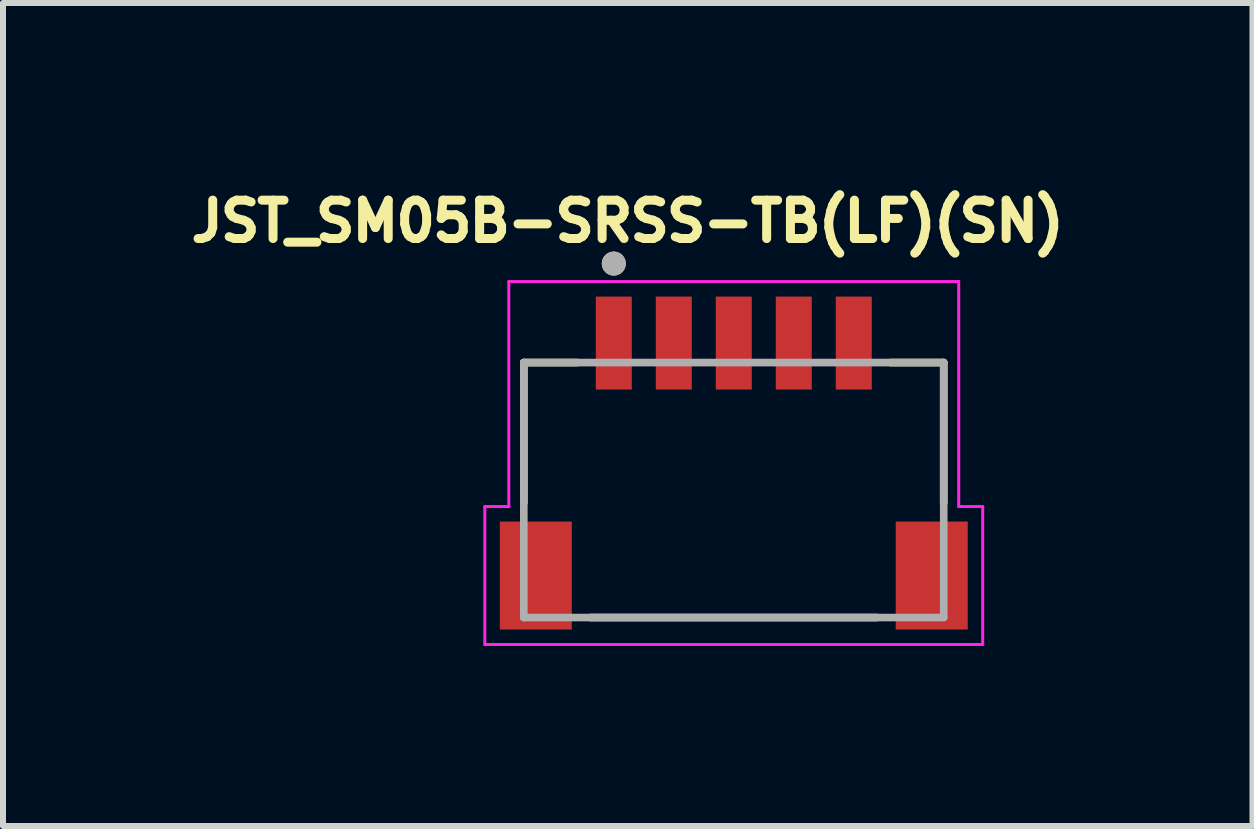
<source format=kicad_pcb>
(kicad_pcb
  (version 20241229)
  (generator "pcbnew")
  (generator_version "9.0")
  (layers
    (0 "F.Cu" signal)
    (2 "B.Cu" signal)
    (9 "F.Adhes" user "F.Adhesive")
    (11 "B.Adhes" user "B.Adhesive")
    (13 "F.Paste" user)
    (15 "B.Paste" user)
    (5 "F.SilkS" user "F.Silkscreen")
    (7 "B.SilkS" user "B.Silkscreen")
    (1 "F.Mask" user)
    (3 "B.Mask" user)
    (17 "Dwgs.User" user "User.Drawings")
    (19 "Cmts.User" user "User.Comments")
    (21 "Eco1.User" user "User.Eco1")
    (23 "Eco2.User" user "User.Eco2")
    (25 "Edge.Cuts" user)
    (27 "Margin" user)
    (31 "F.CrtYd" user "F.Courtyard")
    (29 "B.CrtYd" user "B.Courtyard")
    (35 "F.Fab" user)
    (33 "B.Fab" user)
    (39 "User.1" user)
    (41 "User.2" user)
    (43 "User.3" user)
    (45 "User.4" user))
  (footprint "JST_SM05B-SRSS-TB(LF)(SN)"
    (layer "F.Cu")
    (at 9.182 6.544)
    (property "Reference" "JST_SM05B-SRSS-TB(LF)(SN)" (at -1.768 -5.906 0) (layer "F.SilkS") (effects (font (size 0.64 0.64) (thickness 0.15))))
    (attr through_hole)
    (fp_line (start -3.5 -3.55) (end -3.5 -1.21) (stroke (width 0.127) (type solid)) (layer "F.SilkS"))
    (fp_line (start -2.61 -3.55) (end -3.5 -3.55) (stroke (width 0.127) (type solid)) (layer "F.SilkS"))
    (fp_line (start -2.39 0.7) (end 2.39 0.7) (stroke (width 0.127) (type solid)) (layer "F.SilkS"))
    (fp_line (start 2.61 -3.55) (end 3.5 -3.55) (stroke (width 0.127) (type solid)) (layer "F.SilkS"))
    (fp_line (start 3.5 -3.55) (end 3.5 -1.21) (stroke (width 0.127) (type solid)) (layer "F.SilkS"))
    (fp_circle (center -2 -5.2) (end -1.9 -5.2) (stroke (width 0.2) (type solid)) (fill no) (layer "F.SilkS"))
    (fp_line (start -4.15 -1.15) (end -3.75 -1.15) (stroke (width 0.05) (type solid)) (layer "F.CrtYd"))
    (fp_line (start -4.15 1.15) (end -4.15 -1.15) (stroke (width 0.05) (type solid)) (layer "F.CrtYd"))
    (fp_line (start -3.75 -4.9) (end 3.75 -4.9) (stroke (width 0.05) (type solid)) (layer "F.CrtYd"))
    (fp_line (start -3.75 -1.15) (end -3.75 -4.9) (stroke (width 0.05) (type solid)) (layer "F.CrtYd"))
    (fp_line (start 3.75 -4.9) (end 3.75 -1.15) (stroke (width 0.05) (type solid)) (layer "F.CrtYd"))
    (fp_line (start 3.75 -1.15) (end 4.15 -1.15) (stroke (width 0.05) (type solid)) (layer "F.CrtYd"))
    (fp_line (start 4.15 -1.15) (end 4.15 1.15) (stroke (width 0.05) (type solid)) (layer "F.CrtYd"))
    (fp_line (start 4.15 1.15) (end -4.15 1.15) (stroke (width 0.05) (type solid)) (layer "F.CrtYd"))
    (fp_line (start -3.5 -3.55) (end 3.5 -3.55) (stroke (width 0.127) (type solid)) (layer "F.Fab"))
    (fp_line (start -3.5 0.7) (end -3.5 -3.55) (stroke (width 0.127) (type solid)) (layer "F.Fab"))
    (fp_line (start 3.5 -3.55) (end 3.5 0.7) (stroke (width 0.127) (type solid)) (layer "F.Fab"))
    (fp_line (start 3.5 0.7) (end -3.5 0.7) (stroke (width 0.127) (type solid)) (layer "F.Fab"))
    (fp_circle (center -2 -5.2) (end -1.9 -5.2) (stroke (width 0.2) (type solid)) (fill no) (layer "F.Fab"))
    (pad "1" smd rect (at -2 -3.875) (size 0.6 1.55) (layers "F.Cu" "F.Mask" "F.Paste"))
    (pad "2" smd rect (at -1 -3.875) (size 0.6 1.55) (layers "F.Cu" "F.Mask" "F.Paste"))
    (pad "3" smd rect (at 0 -3.875) (size 0.6 1.55) (layers "F.Cu" "F.Mask" "F.Paste"))
    (pad "4" smd rect (at 1 -3.875) (size 0.6 1.55) (layers "F.Cu" "F.Mask" "F.Paste"))
    (pad "5" smd rect (at 2 -3.875) (size 0.6 1.55) (layers "F.Cu" "F.Mask" "F.Paste"))
    (pad "S1" smd rect (at -3.3 0) (size 1.2 1.8) (layers "F.Cu" "F.Mask" "F.Paste"))
    (pad "S2" smd rect (at 3.3 0) (size 1.2 1.8) (layers "F.Cu" "F.Mask" "F.Paste")))
  (gr_rect
    (start -3 -3)
    (end 17.829 10.719)
    (stroke (width 0.1) (type default))
    (fill no)
    (layer "Edge.Cuts")))
</source>
